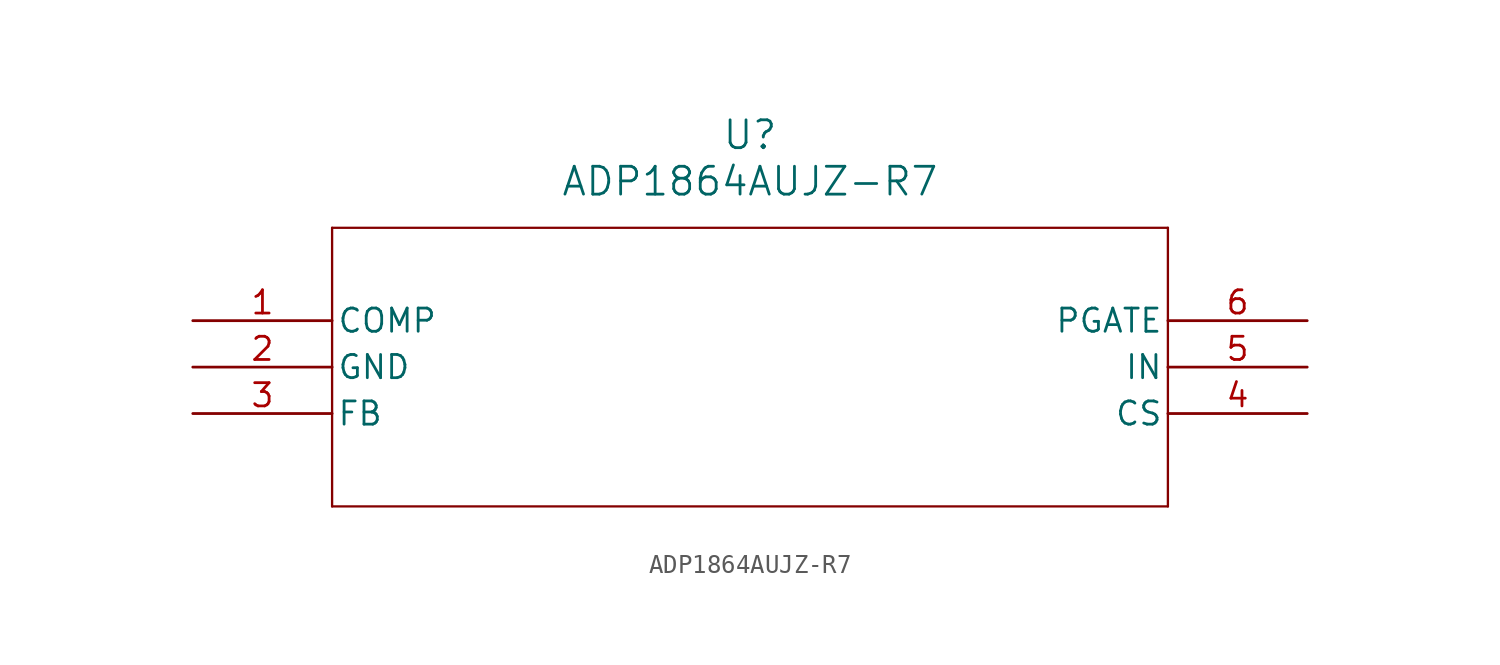
<source format=kicad_sym>
(kicad_symbol_lib
  (version 20211014)
  (generator kicad_symbol_editor)
  (symbol "ADP1864AUJZ-R7"
    (pin_names
      (offset 0.254))
    (property "Reference" "U"
      (at 30.48 10.16 0)
      (effects (font (size 1.524 1.524))))
    (property "Value" "ADP1864AUJZ-R7"
      (at 30.48 7.62 0)
      (effects (font (size 1.524 1.524))))
    (symbol "ADP1864AUJZ-R7_0_1"
      (polyline (pts (xy 7.62 5.08) (xy 7.62 -10.16)) (stroke (width 0.127) (type default) (color 0 0 0 0)) (fill (type none)))
      (polyline (pts (xy 7.62 -10.16) (xy 53.34 -10.16)) (stroke (width 0.127) (type default) (color 0 0 0 0)) (fill (type none)))
      (polyline (pts (xy 53.34 -10.16) (xy 53.34 5.08)) (stroke (width 0.127) (type default) (color 0 0 0 0)) (fill (type none)))
      (polyline (pts (xy 53.34 5.08) (xy 7.62 5.08)) (stroke (width 0.127) (type default) (color 0 0 0 0)) (fill (type none)))
      (pin output line (at 0 0 0) (length 7.62) (name "COMP" (effects (font (size 1.27 1.27)))) (number "1" (effects (font (size 1.27 1.27)))))
      (pin power_in line (at 0 -2.54 0) (length 7.62) (name "GND" (effects (font (size 1.27 1.27)))) (number "2" (effects (font (size 1.27 1.27)))))
      (pin input line (at 0 -5.08 0) (length 7.62) (name "FB" (effects (font (size 1.27 1.27)))) (number "3" (effects (font (size 1.27 1.27)))))
      (pin input line (at 60.96 -5.08 180) (length 7.62) (name "CS" (effects (font (size 1.27 1.27)))) (number "4" (effects (font (size 1.27 1.27)))))
      (pin input line (at 60.96 -2.54 180) (length 7.62) (name "IN" (effects (font (size 1.27 1.27)))) (number "5" (effects (font (size 1.27 1.27)))))
      (pin output line (at 60.96 0 180) (length 7.62) (name "PGATE" (effects (font (size 1.27 1.27)))) (number "6" (effects (font (size 1.27 1.27))))))))
</source>
